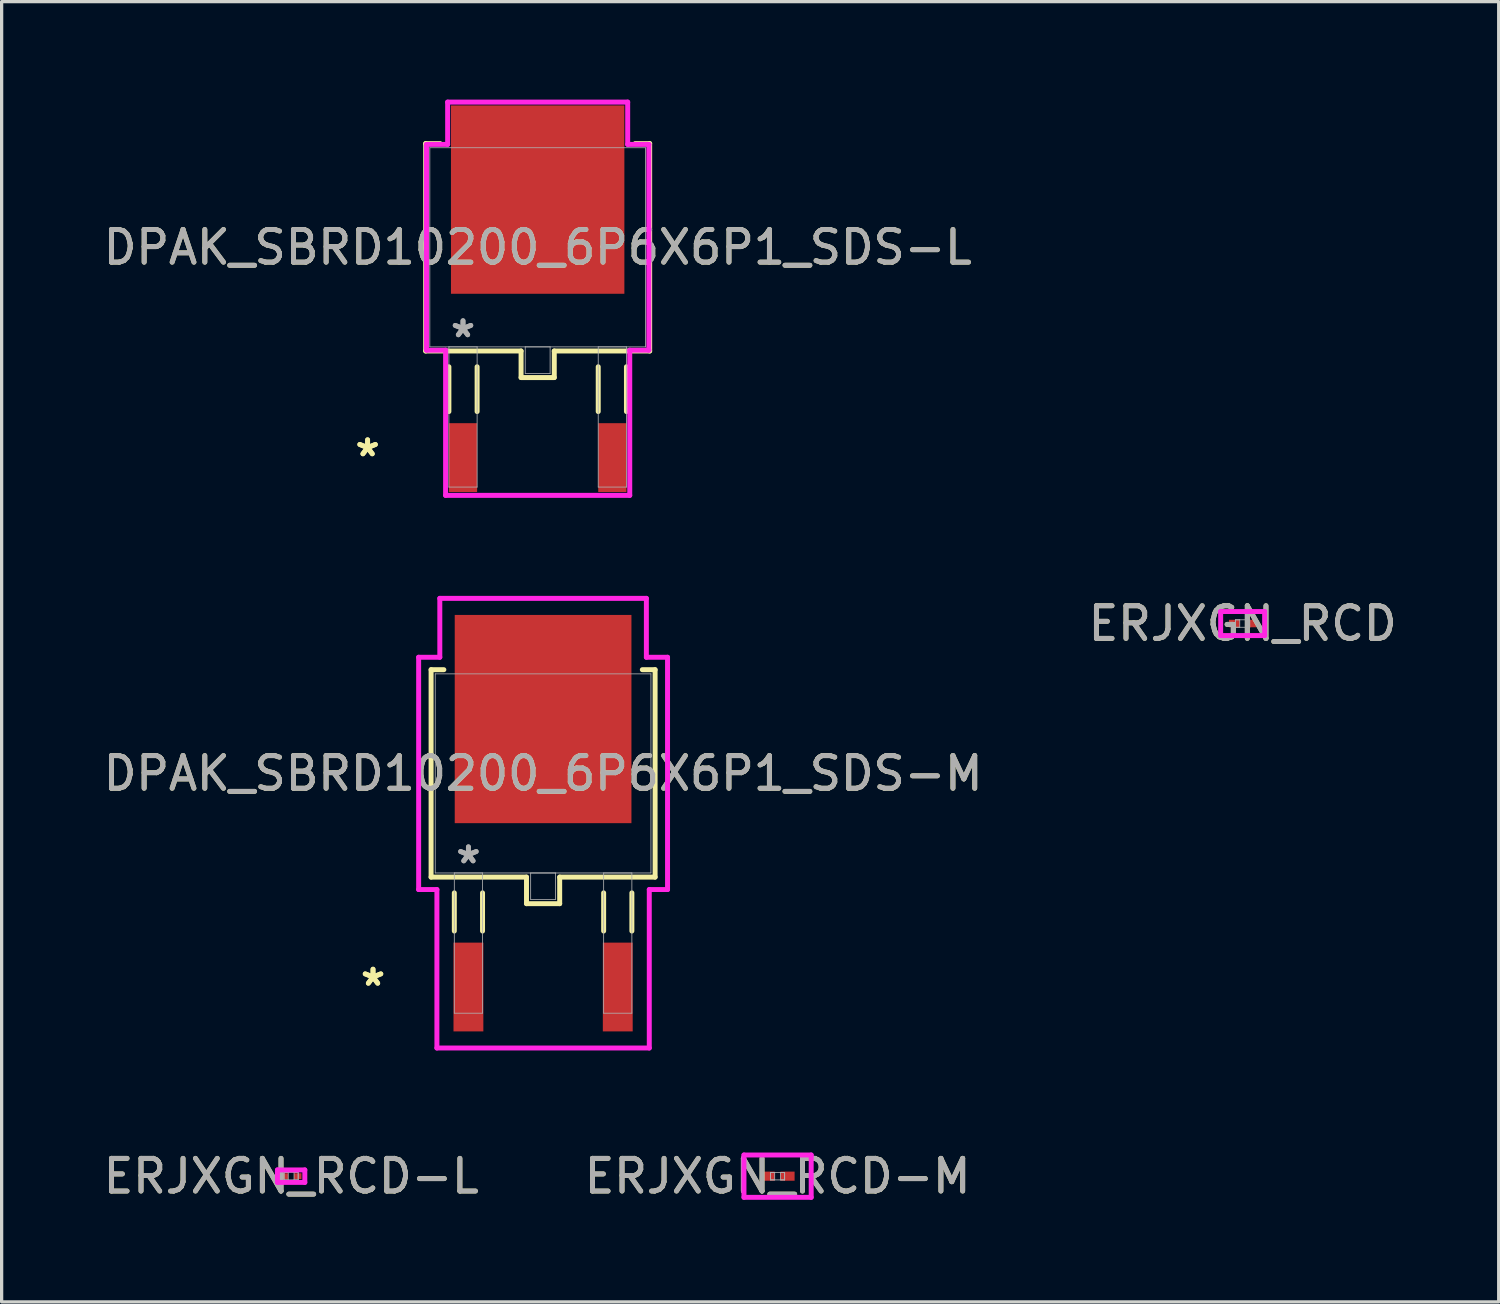
<source format=kicad_pcb>
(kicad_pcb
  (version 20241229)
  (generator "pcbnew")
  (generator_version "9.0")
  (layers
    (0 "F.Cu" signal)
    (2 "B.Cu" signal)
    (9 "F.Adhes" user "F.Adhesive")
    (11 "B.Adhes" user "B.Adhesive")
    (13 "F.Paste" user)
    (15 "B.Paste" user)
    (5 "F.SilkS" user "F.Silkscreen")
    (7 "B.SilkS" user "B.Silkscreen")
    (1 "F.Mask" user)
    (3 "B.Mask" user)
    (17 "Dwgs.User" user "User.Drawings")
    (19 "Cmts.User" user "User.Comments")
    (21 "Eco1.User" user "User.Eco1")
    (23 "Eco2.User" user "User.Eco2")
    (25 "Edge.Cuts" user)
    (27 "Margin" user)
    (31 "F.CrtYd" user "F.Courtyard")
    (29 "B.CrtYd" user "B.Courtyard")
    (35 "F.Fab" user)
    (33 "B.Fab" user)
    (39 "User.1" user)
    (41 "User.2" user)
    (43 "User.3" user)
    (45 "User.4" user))
  (footprint "DPAK_SBRD10200_6P6X6P1_SDS-M"
    (layer "F.Cu")
    (at 13.577 20.628)
    (property "Reference" "DPAK_SBRD10200_6P6X6P1_SDS-M" (at 0 0 0) (unlocked yes) (layer "F.SilkS") (effects (font (size 1 1) (thickness 0.15))))
    (attr smd)
    (fp_line (start -3.429 -3.175) (end -3.429 3.175) (stroke (width 0.152) (type solid)) (layer "F.SilkS"))
    (fp_line (start -3.429 3.175) (end -0.508 3.175) (stroke (width 0.152) (type solid)) (layer "F.SilkS"))
    (fp_line (start -3.038 -3.175) (end -3.429 -3.175) (stroke (width 0.152) (type solid)) (layer "F.SilkS"))
    (fp_line (start -2.718 3.658) (end -2.718 4.826) (stroke (width 0.152) (type solid)) (layer "F.SilkS"))
    (fp_line (start -1.854 3.658) (end -1.854 4.826) (stroke (width 0.152) (type solid)) (layer "F.SilkS"))
    (fp_line (start -0.508 3.175) (end -0.508 3.988) (stroke (width 0.152) (type solid)) (layer "F.SilkS"))
    (fp_line (start -0.508 3.988) (end 0.508 3.988) (stroke (width 0.152) (type solid)) (layer "F.SilkS"))
    (fp_line (start 0.508 3.175) (end 3.429 3.175) (stroke (width 0.152) (type solid)) (layer "F.SilkS"))
    (fp_line (start 0.508 3.988) (end 0.508 3.175) (stroke (width 0.152) (type solid)) (layer "F.SilkS"))
    (fp_line (start 1.854 3.658) (end 1.854 4.826) (stroke (width 0.152) (type solid)) (layer "F.SilkS"))
    (fp_line (start 2.718 3.658) (end 2.718 4.826) (stroke (width 0.152) (type solid)) (layer "F.SilkS"))
    (fp_line (start 3.429 -3.175) (end 3.038 -3.175) (stroke (width 0.152) (type solid)) (layer "F.SilkS"))
    (fp_line (start 3.429 3.175) (end 3.429 -3.175) (stroke (width 0.152) (type solid)) (layer "F.SilkS"))
    (fp_line (start -3.81 -3.556) (end -3.162 -3.556) (stroke (width 0.152) (type solid)) (layer "F.CrtYd"))
    (fp_line (start -3.81 3.556) (end -3.81 -3.556) (stroke (width 0.152) (type solid)) (layer "F.CrtYd"))
    (fp_line (start -3.251 3.556) (end -3.81 3.556) (stroke (width 0.152) (type solid)) (layer "F.CrtYd"))
    (fp_line (start -3.251 8.407) (end -3.251 3.556) (stroke (width 0.152) (type solid)) (layer "F.CrtYd"))
    (fp_line (start -3.162 -5.359) (end 3.162 -5.359) (stroke (width 0.152) (type solid)) (layer "F.CrtYd"))
    (fp_line (start -3.162 -3.556) (end -3.162 -5.359) (stroke (width 0.152) (type solid)) (layer "F.CrtYd"))
    (fp_line (start 3.162 -5.359) (end 3.162 -3.556) (stroke (width 0.152) (type solid)) (layer "F.CrtYd"))
    (fp_line (start 3.162 -3.556) (end 3.81 -3.556) (stroke (width 0.152) (type solid)) (layer "F.CrtYd"))
    (fp_line (start 3.251 3.556) (end 3.251 8.407) (stroke (width 0.152) (type solid)) (layer "F.CrtYd"))
    (fp_line (start 3.251 8.407) (end -3.251 8.407) (stroke (width 0.152) (type solid)) (layer "F.CrtYd"))
    (fp_line (start 3.81 -3.556) (end 3.81 3.556) (stroke (width 0.152) (type solid)) (layer "F.CrtYd"))
    (fp_line (start 3.81 3.556) (end 3.251 3.556) (stroke (width 0.152) (type solid)) (layer "F.CrtYd"))
    (fp_line (start -3.302 -3.048) (end -3.302 3.048) (stroke (width 0.025) (type solid)) (layer "F.Fab"))
    (fp_line (start -3.302 3.048) (end 3.302 3.048) (stroke (width 0.025) (type solid)) (layer "F.Fab"))
    (fp_line (start -2.718 3.048) (end -2.718 7.341) (stroke (width 0.025) (type solid)) (layer "F.Fab"))
    (fp_line (start -2.718 7.341) (end -1.854 7.341) (stroke (width 0.025) (type solid)) (layer "F.Fab"))
    (fp_line (start -1.854 3.048) (end -2.718 3.048) (stroke (width 0.025) (type solid)) (layer "F.Fab"))
    (fp_line (start -1.854 7.341) (end -1.854 3.048) (stroke (width 0.025) (type solid)) (layer "F.Fab"))
    (fp_line (start -0.381 3.048) (end -0.381 3.861) (stroke (width 0.025) (type solid)) (layer "F.Fab"))
    (fp_line (start -0.381 3.861) (end 0.381 3.861) (stroke (width 0.025) (type solid)) (layer "F.Fab"))
    (fp_line (start 0.381 3.048) (end -0.381 3.048) (stroke (width 0.025) (type solid)) (layer "F.Fab"))
    (fp_line (start 0.381 3.861) (end 0.381 3.048) (stroke (width 0.025) (type solid)) (layer "F.Fab"))
    (fp_line (start 1.854 3.048) (end 1.854 7.341) (stroke (width 0.025) (type solid)) (layer "F.Fab"))
    (fp_line (start 1.854 7.341) (end 2.718 7.341) (stroke (width 0.025) (type solid)) (layer "F.Fab"))
    (fp_line (start 2.718 3.048) (end 1.854 3.048) (stroke (width 0.025) (type solid)) (layer "F.Fab"))
    (fp_line (start 2.718 7.341) (end 2.718 3.048) (stroke (width 0.025) (type solid)) (layer "F.Fab"))
    (fp_line (start 3.302 -3.048) (end -3.302 -3.048) (stroke (width 0.025) (type solid)) (layer "F.Fab"))
    (fp_line (start 3.302 3.048) (end 3.302 -3.048) (stroke (width 0.025) (type solid)) (layer "F.Fab"))
    (fp_text user "*" (at -5.207 6.54 0) (unlocked yes) (layer "F.SilkS") (effects (font (size 1 1) (thickness 0.15))))
    (fp_text user "*" (at -5.207 6.54 0) (layer "F.SilkS") (effects (font (size 1 1) (thickness 0.15))))
    (fp_text user "*" (at -2.286 2.794 0) (layer "F.Fab") (effects (font (size 1 1) (thickness 0.15))))
    (fp_text user "*" (at -2.286 2.794 0) (unlocked yes) (layer "F.Fab") (effects (font (size 1 1) (thickness 0.15))))
    (fp_text user "${REFERENCE}" (at 0 0 0) (unlocked yes) (layer "F.Fab") (effects (font (size 1 1) (thickness 0.15))))
    (pad "1" smd rect (at -2.286 6.54) (size 0.914 2.718) (layers "F.Cu" "F.Mask" "F.Paste"))
    (pad "2" smd rect (at 0 -1.664) (size 5.41 6.375) (layers "F.Cu" "F.Mask" "F.Paste"))
    (pad "3" smd rect (at 2.286 6.54) (size 0.914 2.718) (layers "F.Cu" "F.Mask" "F.Paste")))
  (footprint "DPAK_SBRD10200_6P6X6P1_SDS-L"
    (layer "F.Cu")
    (at 13.411 4.521)
    (property "Reference" "DPAK_SBRD10200_6P6X6P1_SDS-L" (at 0 0 0) (unlocked yes) (layer "F.SilkS") (effects (font (size 1 1) (thickness 0.15))))
    (attr smd)
    (fp_line (start -3.429 -3.175) (end -3.429 3.175) (stroke (width 0.152) (type solid)) (layer "F.SilkS"))
    (fp_line (start -3.429 3.175) (end -0.508 3.175) (stroke (width 0.152) (type solid)) (layer "F.SilkS"))
    (fp_line (start -2.987 -3.175) (end -3.429 -3.175) (stroke (width 0.152) (type solid)) (layer "F.SilkS"))
    (fp_line (start -2.718 3.658) (end -2.718 5.029) (stroke (width 0.152) (type solid)) (layer "F.SilkS"))
    (fp_line (start -1.854 3.658) (end -1.854 5.029) (stroke (width 0.152) (type solid)) (layer "F.SilkS"))
    (fp_line (start -0.508 3.175) (end -0.508 3.988) (stroke (width 0.152) (type solid)) (layer "F.SilkS"))
    (fp_line (start -0.508 3.988) (end 0.508 3.988) (stroke (width 0.152) (type solid)) (layer "F.SilkS"))
    (fp_line (start 0.508 3.175) (end 3.429 3.175) (stroke (width 0.152) (type solid)) (layer "F.SilkS"))
    (fp_line (start 0.508 3.988) (end 0.508 3.175) (stroke (width 0.152) (type solid)) (layer "F.SilkS"))
    (fp_line (start 1.854 3.658) (end 1.854 5.029) (stroke (width 0.152) (type solid)) (layer "F.SilkS"))
    (fp_line (start 2.718 3.658) (end 2.718 5.029) (stroke (width 0.152) (type solid)) (layer "F.SilkS"))
    (fp_line (start 3.429 -3.175) (end 2.987 -3.175) (stroke (width 0.152) (type solid)) (layer "F.SilkS"))
    (fp_line (start 3.429 3.175) (end 3.429 -3.175) (stroke (width 0.152) (type solid)) (layer "F.SilkS"))
    (fp_line (start -3.404 -3.15) (end -2.756 -3.15) (stroke (width 0.152) (type solid)) (layer "F.CrtYd"))
    (fp_line (start -3.404 3.15) (end -3.404 -3.15) (stroke (width 0.152) (type solid)) (layer "F.CrtYd"))
    (fp_line (start -2.819 3.15) (end -3.404 3.15) (stroke (width 0.152) (type solid)) (layer "F.CrtYd"))
    (fp_line (start -2.819 7.595) (end -2.819 3.15) (stroke (width 0.152) (type solid)) (layer "F.CrtYd"))
    (fp_line (start -2.756 -4.445) (end 2.756 -4.445) (stroke (width 0.152) (type solid)) (layer "F.CrtYd"))
    (fp_line (start -2.756 -3.15) (end -2.756 -4.445) (stroke (width 0.152) (type solid)) (layer "F.CrtYd"))
    (fp_line (start 2.756 -4.445) (end 2.756 -3.15) (stroke (width 0.152) (type solid)) (layer "F.CrtYd"))
    (fp_line (start 2.756 -3.15) (end 3.404 -3.15) (stroke (width 0.152) (type solid)) (layer "F.CrtYd"))
    (fp_line (start 2.819 3.15) (end 2.819 7.595) (stroke (width 0.152) (type solid)) (layer "F.CrtYd"))
    (fp_line (start 2.819 7.595) (end -2.819 7.595) (stroke (width 0.152) (type solid)) (layer "F.CrtYd"))
    (fp_line (start 3.404 -3.15) (end 3.404 3.15) (stroke (width 0.152) (type solid)) (layer "F.CrtYd"))
    (fp_line (start 3.404 3.15) (end 2.819 3.15) (stroke (width 0.152) (type solid)) (layer "F.CrtYd"))
    (fp_line (start -3.302 -3.048) (end -3.302 3.048) (stroke (width 0.025) (type solid)) (layer "F.Fab"))
    (fp_line (start -3.302 3.048) (end 3.302 3.048) (stroke (width 0.025) (type solid)) (layer "F.Fab"))
    (fp_line (start -2.718 3.048) (end -2.718 7.341) (stroke (width 0.025) (type solid)) (layer "F.Fab"))
    (fp_line (start -2.718 7.341) (end -1.854 7.341) (stroke (width 0.025) (type solid)) (layer "F.Fab"))
    (fp_line (start -1.854 3.048) (end -2.718 3.048) (stroke (width 0.025) (type solid)) (layer "F.Fab"))
    (fp_line (start -1.854 7.341) (end -1.854 3.048) (stroke (width 0.025) (type solid)) (layer "F.Fab"))
    (fp_line (start -0.381 3.048) (end -0.381 3.861) (stroke (width 0.025) (type solid)) (layer "F.Fab"))
    (fp_line (start -0.381 3.861) (end 0.381 3.861) (stroke (width 0.025) (type solid)) (layer "F.Fab"))
    (fp_line (start 0.381 3.048) (end -0.381 3.048) (stroke (width 0.025) (type solid)) (layer "F.Fab"))
    (fp_line (start 0.381 3.861) (end 0.381 3.048) (stroke (width 0.025) (type solid)) (layer "F.Fab"))
    (fp_line (start 1.854 3.048) (end 1.854 7.341) (stroke (width 0.025) (type solid)) (layer "F.Fab"))
    (fp_line (start 1.854 7.341) (end 2.718 7.341) (stroke (width 0.025) (type solid)) (layer "F.Fab"))
    (fp_line (start 2.718 3.048) (end 1.854 3.048) (stroke (width 0.025) (type solid)) (layer "F.Fab"))
    (fp_line (start 2.718 7.341) (end 2.718 3.048) (stroke (width 0.025) (type solid)) (layer "F.Fab"))
    (fp_line (start 3.302 -3.048) (end -3.302 -3.048) (stroke (width 0.025) (type solid)) (layer "F.Fab"))
    (fp_line (start 3.302 3.048) (end 3.302 -3.048) (stroke (width 0.025) (type solid)) (layer "F.Fab"))
    (fp_text user "*" (at -5.207 6.439 0) (layer "F.SilkS") (effects (font (size 1 1) (thickness 0.15))))
    (fp_text user "*" (at -5.207 6.439 0) (unlocked yes) (layer "F.SilkS") (effects (font (size 1 1) (thickness 0.15))))
    (fp_text user "${REFERENCE}" (at 0 0 0) (unlocked yes) (layer "F.Fab") (effects (font (size 1 1) (thickness 0.15))))
    (fp_text user "*" (at -2.286 2.794 0) (layer "F.Fab") (effects (font (size 1 1) (thickness 0.15))))
    (fp_text user "*" (at -2.286 2.794 0) (unlocked yes) (layer "F.Fab") (effects (font (size 1 1) (thickness 0.15))))
    (pad "1" smd rect (at -2.286 6.439) (size 0.864 2.108) (layers "F.Cu" "F.Mask" "F.Paste"))
    (pad "2" smd rect (at 0 -1.46) (size 5.309 5.766) (layers "F.Cu" "F.Mask" "F.Paste"))
    (pad "3" smd rect (at 2.286 6.439) (size 0.864 2.108) (layers "F.Cu" "F.Mask" "F.Paste")))
  (footprint "ERJXGN_RCD-M"
    (layer "F.Cu")
    (at 20.756 32.959)
    (property "Reference" "ERJXGN_RCD-M" (at 0 0 0) (unlocked yes) (layer "F.SilkS") (effects (font (size 1 1) (thickness 0.15))))
    (attr smd)
    (fp_line (start -1.029 -0.648) (end 1.029 -0.648) (stroke (width 0.152) (type solid)) (layer "F.CrtYd"))
    (fp_line (start -1.029 0.648) (end -1.029 -0.648) (stroke (width 0.152) (type solid)) (layer "F.CrtYd"))
    (fp_line (start 1.029 -0.648) (end 1.029 0.648) (stroke (width 0.152) (type solid)) (layer "F.CrtYd"))
    (fp_line (start 1.029 0.648) (end -1.029 0.648) (stroke (width 0.152) (type solid)) (layer "F.CrtYd"))
    (fp_line (start -0.216 -0.114) (end -0.216 0.114) (stroke (width 0.025) (type solid)) (layer "F.Fab"))
    (fp_line (start -0.216 -0.114) (end -0.216 0.114) (stroke (width 0.025) (type solid)) (layer "F.Fab"))
    (fp_line (start -0.216 0.114) (end -0.089 0.114) (stroke (width 0.025) (type solid)) (layer "F.Fab"))
    (fp_line (start -0.216 0.114) (end 0.216 0.114) (stroke (width 0.025) (type solid)) (layer "F.Fab"))
    (fp_line (start -0.089 -0.114) (end -0.216 -0.114) (stroke (width 0.025) (type solid)) (layer "F.Fab"))
    (fp_line (start -0.089 0.114) (end -0.089 -0.114) (stroke (width 0.025) (type solid)) (layer "F.Fab"))
    (fp_line (start 0.089 -0.114) (end 0.089 0.114) (stroke (width 0.025) (type solid)) (layer "F.Fab"))
    (fp_line (start 0.089 0.114) (end 0.216 0.114) (stroke (width 0.025) (type solid)) (layer "F.Fab"))
    (fp_line (start 0.216 -0.114) (end -0.216 -0.114) (stroke (width 0.025) (type solid)) (layer "F.Fab"))
    (fp_line (start 0.216 -0.114) (end 0.089 -0.114) (stroke (width 0.025) (type solid)) (layer "F.Fab"))
    (fp_line (start 0.216 0.114) (end 0.216 -0.114) (stroke (width 0.025) (type solid)) (layer "F.Fab"))
    (fp_line (start 0.216 0.114) (end 0.216 -0.114) (stroke (width 0.025) (type solid)) (layer "F.Fab"))
    (fp_text user "${REFERENCE}" (at 0 0 0) (unlocked yes) (layer "F.Fab") (effects (font (size 1 1) (thickness 0.15))))
    (pad "1" smd rect (at -0.305 0) (size 0.432 0.279) (layers "F.Cu" "F.Mask" "F.Paste"))
    (pad "2" smd rect (at 0.305 0) (size 0.432 0.279) (layers "F.Cu" "F.Mask" "F.Paste"))
    (zone (net_name "") (layer "F.Cu") (hatch full 0.508) (connect_pads) (min_thickness 0.254) (filled_areas_thickness no) (keepout (tracks not_allowed) (vias not_allowed) (pads allowed) (copperpour not_allowed) (footprints allowed)) (placement (enabled no)) (fill) (polygon (pts (xy 20.718 32.896) (xy 20.794 32.896) (xy 20.794 33.023) (xy 20.718 33.023)))))
  (footprint "ERJXGN_RCD"
    (layer "F.Cu")
    (at 34.994 16.04)
    (property "Reference" "ERJXGN_RCD" (at 0 0 0) (unlocked yes) (layer "F.SilkS") (effects (font (size 1 1) (thickness 0.15))))
    (attr smd)
    (fp_line (start -0.673 -0.368) (end 0.673 -0.368) (stroke (width 0.152) (type solid)) (layer "F.CrtYd"))
    (fp_line (start -0.673 0.368) (end -0.673 -0.368) (stroke (width 0.152) (type solid)) (layer "F.CrtYd"))
    (fp_line (start 0.673 -0.368) (end 0.673 0.368) (stroke (width 0.152) (type solid)) (layer "F.CrtYd"))
    (fp_line (start 0.673 0.368) (end -0.673 0.368) (stroke (width 0.152) (type solid)) (layer "F.CrtYd"))
    (fp_line (start -0.216 -0.114) (end -0.216 0.114) (stroke (width 0.025) (type solid)) (layer "F.Fab"))
    (fp_line (start -0.216 -0.114) (end -0.216 0.114) (stroke (width 0.025) (type solid)) (layer "F.Fab"))
    (fp_line (start -0.216 0.114) (end -0.089 0.114) (stroke (width 0.025) (type solid)) (layer "F.Fab"))
    (fp_line (start -0.216 0.114) (end 0.216 0.114) (stroke (width 0.025) (type solid)) (layer "F.Fab"))
    (fp_line (start -0.089 -0.114) (end -0.216 -0.114) (stroke (width 0.025) (type solid)) (layer "F.Fab"))
    (fp_line (start -0.089 0.114) (end -0.089 -0.114) (stroke (width 0.025) (type solid)) (layer "F.Fab"))
    (fp_line (start 0.089 -0.114) (end 0.089 0.114) (stroke (width 0.025) (type solid)) (layer "F.Fab"))
    (fp_line (start 0.089 0.114) (end 0.216 0.114) (stroke (width 0.025) (type solid)) (layer "F.Fab"))
    (fp_line (start 0.216 -0.114) (end -0.216 -0.114) (stroke (width 0.025) (type solid)) (layer "F.Fab"))
    (fp_line (start 0.216 -0.114) (end 0.089 -0.114) (stroke (width 0.025) (type solid)) (layer "F.Fab"))
    (fp_line (start 0.216 0.114) (end 0.216 -0.114) (stroke (width 0.025) (type solid)) (layer "F.Fab"))
    (fp_line (start 0.216 0.114) (end 0.216 -0.114) (stroke (width 0.025) (type solid)) (layer "F.Fab"))
    (fp_text user "${REFERENCE}" (at 0 0 0) (unlocked yes) (layer "F.Fab") (effects (font (size 1 1) (thickness 0.15))))
    (pad "1" smd rect (at -0.254 0) (size 0.33 0.229) (layers "F.Cu" "F.Mask" "F.Paste"))
    (pad "2" smd rect (at 0.254 0) (size 0.33 0.229) (layers "F.Cu" "F.Mask" "F.Paste"))
    (zone (net_name "") (layer "F.Cu") (hatch full 0.508) (connect_pads) (min_thickness 0.254) (filled_areas_thickness no) (keepout (tracks not_allowed) (vias not_allowed) (pads allowed) (copperpour not_allowed) (footprints allowed)) (placement (enabled no)) (fill) (polygon (pts (xy 34.956 15.977) (xy 35.032 15.977) (xy 35.032 16.104) (xy 34.956 16.104)))))
  (footprint "ERJXGN_RCD-L"
    (layer "F.Cu")
    (at 5.863 32.959)
    (property "Reference" "ERJXGN_RCD-L" (at 0 0 0) (unlocked yes) (layer "F.SilkS") (effects (font (size 1 1) (thickness 0.15))))
    (attr smd)
    (fp_line (start -0.419 -0.191) (end 0.419 -0.191) (stroke (width 0.152) (type solid)) (layer "F.CrtYd"))
    (fp_line (start -0.419 0.191) (end -0.419 -0.191) (stroke (width 0.152) (type solid)) (layer "F.CrtYd"))
    (fp_line (start 0.419 -0.191) (end 0.419 0.191) (stroke (width 0.152) (type solid)) (layer "F.CrtYd"))
    (fp_line (start 0.419 0.191) (end -0.419 0.191) (stroke (width 0.152) (type solid)) (layer "F.CrtYd"))
    (fp_line (start -0.216 -0.114) (end -0.216 0.114) (stroke (width 0.025) (type solid)) (layer "F.Fab"))
    (fp_line (start -0.216 -0.114) (end -0.216 0.114) (stroke (width 0.025) (type solid)) (layer "F.Fab"))
    (fp_line (start -0.216 0.114) (end -0.089 0.114) (stroke (width 0.025) (type solid)) (layer "F.Fab"))
    (fp_line (start -0.216 0.114) (end 0.216 0.114) (stroke (width 0.025) (type solid)) (layer "F.Fab"))
    (fp_line (start -0.089 -0.114) (end -0.216 -0.114) (stroke (width 0.025) (type solid)) (layer "F.Fab"))
    (fp_line (start -0.089 0.114) (end -0.089 -0.114) (stroke (width 0.025) (type solid)) (layer "F.Fab"))
    (fp_line (start 0.089 -0.114) (end 0.089 0.114) (stroke (width 0.025) (type solid)) (layer "F.Fab"))
    (fp_line (start 0.089 0.114) (end 0.216 0.114) (stroke (width 0.025) (type solid)) (layer "F.Fab"))
    (fp_line (start 0.216 -0.114) (end -0.216 -0.114) (stroke (width 0.025) (type solid)) (layer "F.Fab"))
    (fp_line (start 0.216 -0.114) (end 0.089 -0.114) (stroke (width 0.025) (type solid)) (layer "F.Fab"))
    (fp_line (start 0.216 0.114) (end 0.216 -0.114) (stroke (width 0.025) (type solid)) (layer "F.Fab"))
    (fp_line (start 0.216 0.114) (end 0.216 -0.114) (stroke (width 0.025) (type solid)) (layer "F.Fab"))
    (fp_text user "${REFERENCE}" (at 0 0 0) (unlocked yes) (layer "F.Fab") (effects (font (size 1 1) (thickness 0.15))))
    (pad "1" smd rect (at -0.203 0) (size 0.229 0.178) (layers "F.Cu" "F.Mask" "F.Paste"))
    (pad "2" smd rect (at 0.203 0) (size 0.229 0.178) (layers "F.Cu" "F.Mask" "F.Paste"))
    (zone (net_name "") (layer "F.Cu") (hatch full 0.508) (connect_pads) (min_thickness 0.254) (filled_areas_thickness no) (keepout (tracks not_allowed) (vias not_allowed) (pads allowed) (copperpour not_allowed) (footprints allowed)) (placement (enabled no)) (fill) (polygon (pts (xy 5.825 32.896) (xy 5.901 32.896) (xy 5.901 33.023) (xy 5.825 33.023)))))
  (gr_rect
    (start -3 -3)
    (end 42.833 36.808)
    (stroke (width 0.1) (type default))
    (fill no)
    (layer "Edge.Cuts")))
</source>
